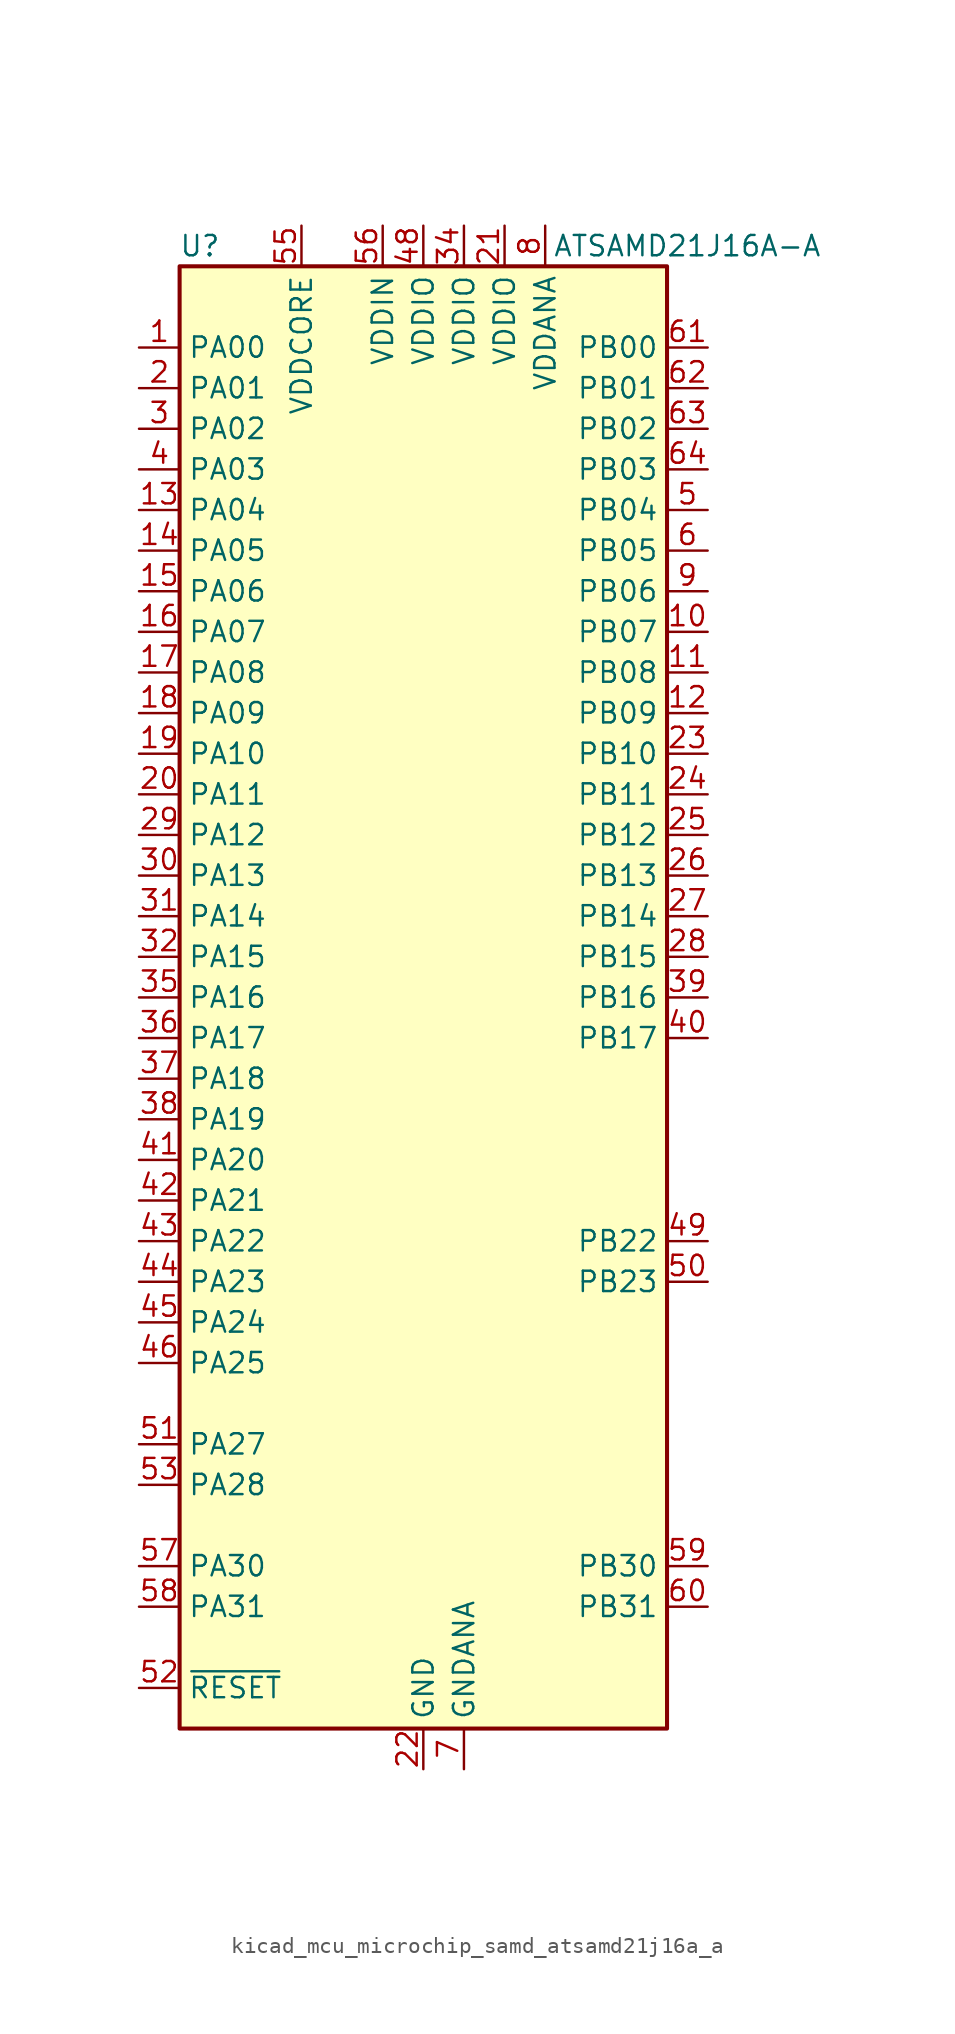
<source format=kicad_sym>
(kicad_symbol_lib
  (version 20220914)
  (generator kicad_symbol_editor)
  (symbol "kicad_mcu_microchip_samd_atsamd21j16a_a"
    (property "Reference" "U"
      (at -13.97 46.99 0)
      (effects (font (size 1.27 1.27))))
    (property "Value" "ATSAMD21J16A-A"
      (at 16.51 46.99 0)
      (effects (font (size 1.27 1.27))))
    (symbol "kicad_mcu_microchip_samd_atsamd21j16a_a_0_1"
      (rectangle (start -15.24 45.72) (end 15.24 -45.72) (stroke (width 0.254) (type default)) (fill (type background))))
    (symbol "kicad_mcu_microchip_samd_atsamd21j16a_a_1_1"
      (pin bidirectional line (at -17.78 40.64 0) (length 2.54) (name "PA00" (effects (font (size 1.27 1.27)))) (number "1" (effects (font (size 1.27 1.27)))))
      (pin bidirectional line (at 17.78 22.86 180) (length 2.54) (name "PB07" (effects (font (size 1.27 1.27)))) (number "10" (effects (font (size 1.27 1.27)))))
      (pin bidirectional line (at 17.78 20.32 180) (length 2.54) (name "PB08" (effects (font (size 1.27 1.27)))) (number "11" (effects (font (size 1.27 1.27)))))
      (pin bidirectional line (at 17.78 17.78 180) (length 2.54) (name "PB09" (effects (font (size 1.27 1.27)))) (number "12" (effects (font (size 1.27 1.27)))))
      (pin bidirectional line (at -17.78 30.48 0) (length 2.54) (name "PA04" (effects (font (size 1.27 1.27)))) (number "13" (effects (font (size 1.27 1.27)))))
      (pin bidirectional line (at -17.78 27.94 0) (length 2.54) (name "PA05" (effects (font (size 1.27 1.27)))) (number "14" (effects (font (size 1.27 1.27)))))
      (pin bidirectional line (at -17.78 25.4 0) (length 2.54) (name "PA06" (effects (font (size 1.27 1.27)))) (number "15" (effects (font (size 1.27 1.27)))))
      (pin bidirectional line (at -17.78 22.86 0) (length 2.54) (name "PA07" (effects (font (size 1.27 1.27)))) (number "16" (effects (font (size 1.27 1.27)))))
      (pin bidirectional line (at -17.78 20.32 0) (length 2.54) (name "PA08" (effects (font (size 1.27 1.27)))) (number "17" (effects (font (size 1.27 1.27)))))
      (pin bidirectional line (at -17.78 17.78 0) (length 2.54) (name "PA09" (effects (font (size 1.27 1.27)))) (number "18" (effects (font (size 1.27 1.27)))))
      (pin bidirectional line (at -17.78 15.24 0) (length 2.54) (name "PA10" (effects (font (size 1.27 1.27)))) (number "19" (effects (font (size 1.27 1.27)))))
      (pin bidirectional line (at -17.78 38.1 0) (length 2.54) (name "PA01" (effects (font (size 1.27 1.27)))) (number "2" (effects (font (size 1.27 1.27)))))
      (pin bidirectional line (at -17.78 12.7 0) (length 2.54) (name "PA11" (effects (font (size 1.27 1.27)))) (number "20" (effects (font (size 1.27 1.27)))))
      (pin power_in line (at 5.08 48.26 270) (length 2.54) (name "VDDIO" (effects (font (size 1.27 1.27)))) (number "21" (effects (font (size 1.27 1.27)))))
      (pin power_in line (at 0 -48.26 90) (length 2.54) (name "GND" (effects (font (size 1.27 1.27)))) (number "22" (effects (font (size 1.27 1.27)))))
      (pin bidirectional line (at 17.78 15.24 180) (length 2.54) (name "PB10" (effects (font (size 1.27 1.27)))) (number "23" (effects (font (size 1.27 1.27)))))
      (pin bidirectional line (at 17.78 12.7 180) (length 2.54) (name "PB11" (effects (font (size 1.27 1.27)))) (number "24" (effects (font (size 1.27 1.27)))))
      (pin bidirectional line (at 17.78 10.16 180) (length 2.54) (name "PB12" (effects (font (size 1.27 1.27)))) (number "25" (effects (font (size 1.27 1.27)))))
      (pin bidirectional line (at 17.78 7.62 180) (length 2.54) (name "PB13" (effects (font (size 1.27 1.27)))) (number "26" (effects (font (size 1.27 1.27)))))
      (pin bidirectional line (at 17.78 5.08 180) (length 2.54) (name "PB14" (effects (font (size 1.27 1.27)))) (number "27" (effects (font (size 1.27 1.27)))))
      (pin bidirectional line (at 17.78 2.54 180) (length 2.54) (name "PB15" (effects (font (size 1.27 1.27)))) (number "28" (effects (font (size 1.27 1.27)))))
      (pin bidirectional line (at -17.78 10.16 0) (length 2.54) (name "PA12" (effects (font (size 1.27 1.27)))) (number "29" (effects (font (size 1.27 1.27)))))
      (pin bidirectional line (at -17.78 35.56 0) (length 2.54) (name "PA02" (effects (font (size 1.27 1.27)))) (number "3" (effects (font (size 1.27 1.27)))))
      (pin bidirectional line (at -17.78 7.62 0) (length 2.54) (name "PA13" (effects (font (size 1.27 1.27)))) (number "30" (effects (font (size 1.27 1.27)))))
      (pin bidirectional line (at -17.78 5.08 0) (length 2.54) (name "PA14" (effects (font (size 1.27 1.27)))) (number "31" (effects (font (size 1.27 1.27)))))
      (pin bidirectional line (at -17.78 2.54 0) (length 2.54) (name "PA15" (effects (font (size 1.27 1.27)))) (number "32" (effects (font (size 1.27 1.27)))))
      (pin passive line (at 0 -48.26 90) (length 2.54) hide (name "GND" (effects (font (size 1.27 1.27)))) (number "33" (effects (font (size 1.27 1.27)))))
      (pin power_in line (at 2.54 48.26 270) (length 2.54) (name "VDDIO" (effects (font (size 1.27 1.27)))) (number "34" (effects (font (size 1.27 1.27)))))
      (pin bidirectional line (at -17.78 0 0) (length 2.54) (name "PA16" (effects (font (size 1.27 1.27)))) (number "35" (effects (font (size 1.27 1.27)))))
      (pin bidirectional line (at -17.78 -2.54 0) (length 2.54) (name "PA17" (effects (font (size 1.27 1.27)))) (number "36" (effects (font (size 1.27 1.27)))))
      (pin bidirectional line (at -17.78 -5.08 0) (length 2.54) (name "PA18" (effects (font (size 1.27 1.27)))) (number "37" (effects (font (size 1.27 1.27)))))
      (pin bidirectional line (at -17.78 -7.62 0) (length 2.54) (name "PA19" (effects (font (size 1.27 1.27)))) (number "38" (effects (font (size 1.27 1.27)))))
      (pin bidirectional line (at 17.78 0 180) (length 2.54) (name "PB16" (effects (font (size 1.27 1.27)))) (number "39" (effects (font (size 1.27 1.27)))))
      (pin bidirectional line (at -17.78 33.02 0) (length 2.54) (name "PA03" (effects (font (size 1.27 1.27)))) (number "4" (effects (font (size 1.27 1.27)))))
      (pin bidirectional line (at 17.78 -2.54 180) (length 2.54) (name "PB17" (effects (font (size 1.27 1.27)))) (number "40" (effects (font (size 1.27 1.27)))))
      (pin bidirectional line (at -17.78 -10.16 0) (length 2.54) (name "PA20" (effects (font (size 1.27 1.27)))) (number "41" (effects (font (size 1.27 1.27)))))
      (pin bidirectional line (at -17.78 -12.7 0) (length 2.54) (name "PA21" (effects (font (size 1.27 1.27)))) (number "42" (effects (font (size 1.27 1.27)))))
      (pin bidirectional line (at -17.78 -15.24 0) (length 2.54) (name "PA22" (effects (font (size 1.27 1.27)))) (number "43" (effects (font (size 1.27 1.27)))))
      (pin bidirectional line (at -17.78 -17.78 0) (length 2.54) (name "PA23" (effects (font (size 1.27 1.27)))) (number "44" (effects (font (size 1.27 1.27)))))
      (pin bidirectional line (at -17.78 -20.32 0) (length 2.54) (name "PA24" (effects (font (size 1.27 1.27)))) (number "45" (effects (font (size 1.27 1.27)))))
      (pin bidirectional line (at -17.78 -22.86 0) (length 2.54) (name "PA25" (effects (font (size 1.27 1.27)))) (number "46" (effects (font (size 1.27 1.27)))))
      (pin passive line (at 0 -48.26 90) (length 2.54) hide (name "GND" (effects (font (size 1.27 1.27)))) (number "47" (effects (font (size 1.27 1.27)))))
      (pin power_in line (at 0 48.26 270) (length 2.54) (name "VDDIO" (effects (font (size 1.27 1.27)))) (number "48" (effects (font (size 1.27 1.27)))))
      (pin bidirectional line (at 17.78 -15.24 180) (length 2.54) (name "PB22" (effects (font (size 1.27 1.27)))) (number "49" (effects (font (size 1.27 1.27)))))
      (pin bidirectional line (at 17.78 30.48 180) (length 2.54) (name "PB04" (effects (font (size 1.27 1.27)))) (number "5" (effects (font (size 1.27 1.27)))))
      (pin bidirectional line (at 17.78 -17.78 180) (length 2.54) (name "PB23" (effects (font (size 1.27 1.27)))) (number "50" (effects (font (size 1.27 1.27)))))
      (pin bidirectional line (at -17.78 -27.94 0) (length 2.54) (name "PA27" (effects (font (size 1.27 1.27)))) (number "51" (effects (font (size 1.27 1.27)))))
      (pin input line (at -17.78 -43.18 0) (length 2.54) (name "~{RESET}" (effects (font (size 1.27 1.27)))) (number "52" (effects (font (size 1.27 1.27)))))
      (pin bidirectional line (at -17.78 -30.48 0) (length 2.54) (name "PA28" (effects (font (size 1.27 1.27)))) (number "53" (effects (font (size 1.27 1.27)))))
      (pin passive line (at 0 -48.26 90) (length 2.54) hide (name "GND" (effects (font (size 1.27 1.27)))) (number "54" (effects (font (size 1.27 1.27)))))
      (pin power_out line (at -7.62 48.26 270) (length 2.54) (name "VDDCORE" (effects (font (size 1.27 1.27)))) (number "55" (effects (font (size 1.27 1.27)))))
      (pin power_in line (at -2.54 48.26 270) (length 2.54) (name "VDDIN" (effects (font (size 1.27 1.27)))) (number "56" (effects (font (size 1.27 1.27)))))
      (pin bidirectional line (at -17.78 -35.56 0) (length 2.54) (name "PA30" (effects (font (size 1.27 1.27)))) (number "57" (effects (font (size 1.27 1.27)))))
      (pin bidirectional line (at -17.78 -38.1 0) (length 2.54) (name "PA31" (effects (font (size 1.27 1.27)))) (number "58" (effects (font (size 1.27 1.27)))))
      (pin bidirectional line (at 17.78 -35.56 180) (length 2.54) (name "PB30" (effects (font (size 1.27 1.27)))) (number "59" (effects (font (size 1.27 1.27)))))
      (pin bidirectional line (at 17.78 27.94 180) (length 2.54) (name "PB05" (effects (font (size 1.27 1.27)))) (number "6" (effects (font (size 1.27 1.27)))))
      (pin bidirectional line (at 17.78 -38.1 180) (length 2.54) (name "PB31" (effects (font (size 1.27 1.27)))) (number "60" (effects (font (size 1.27 1.27)))))
      (pin bidirectional line (at 17.78 40.64 180) (length 2.54) (name "PB00" (effects (font (size 1.27 1.27)))) (number "61" (effects (font (size 1.27 1.27)))))
      (pin bidirectional line (at 17.78 38.1 180) (length 2.54) (name "PB01" (effects (font (size 1.27 1.27)))) (number "62" (effects (font (size 1.27 1.27)))))
      (pin bidirectional line (at 17.78 35.56 180) (length 2.54) (name "PB02" (effects (font (size 1.27 1.27)))) (number "63" (effects (font (size 1.27 1.27)))))
      (pin bidirectional line (at 17.78 33.02 180) (length 2.54) (name "PB03" (effects (font (size 1.27 1.27)))) (number "64" (effects (font (size 1.27 1.27)))))
      (pin power_in line (at 2.54 -48.26 90) (length 2.54) (name "GNDANA" (effects (font (size 1.27 1.27)))) (number "7" (effects (font (size 1.27 1.27)))))
      (pin power_in line (at 7.62 48.26 270) (length 2.54) (name "VDDANA" (effects (font (size 1.27 1.27)))) (number "8" (effects (font (size 1.27 1.27)))))
      (pin bidirectional line (at 17.78 25.4 180) (length 2.54) (name "PB06" (effects (font (size 1.27 1.27)))) (number "9" (effects (font (size 1.27 1.27))))))))
</source>
